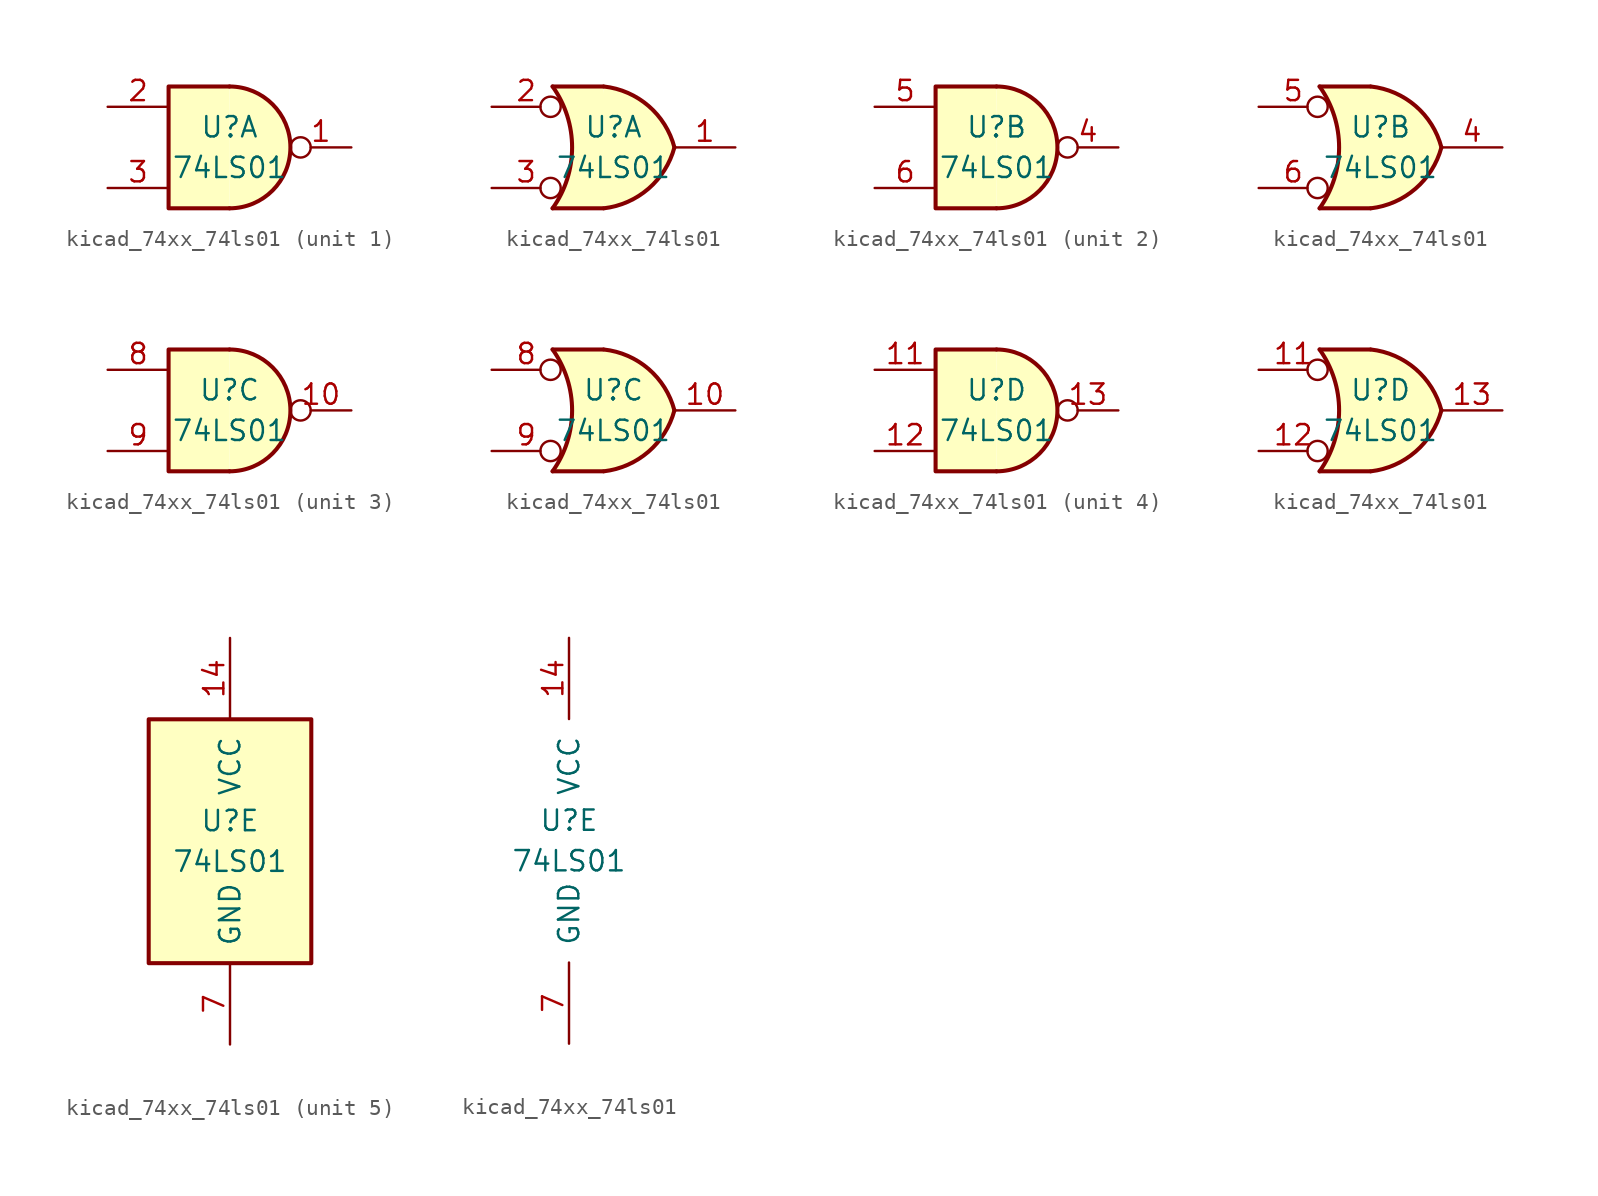
<source format=kicad_sym>
(kicad_symbol_lib
  (version 20220914)
  (generator kicad_symbol_editor)
  (symbol "kicad_74xx_74ls01"
    (pin_names
      (offset 1.016))
    (property "Reference" "U"
      (at 0 1.27 0)
      (effects (font (size 1.27 1.27))))
    (property "Value" "74LS01"
      (at 0 -1.27 0)
      (effects (font (size 1.27 1.27))))
    (property "ki_locked" ""
      (at 0 0 0)
      (effects (font (size 1.27 1.27))))
    (symbol "kicad_74xx_74ls01_1_1"
      (arc (start 0 -3.81) (mid 3.7934 0) (end 0 3.81) (stroke (width 0.254) (type default)) (fill (type background)))
      (polyline (pts (xy 0 3.81) (xy -3.81 3.81) (xy -3.81 -3.81) (xy 0 -3.81)) (stroke (width 0.254) (type default)) (fill (type background)))
      (pin open_collector inverted (at 7.62 0 180) (length 3.81) (name "~" (effects (font (size 1.27 1.27)))) (number "1" (effects (font (size 1.27 1.27)))))
      (pin input line (at -7.62 2.54 0) (length 3.81) (name "~" (effects (font (size 1.27 1.27)))) (number "2" (effects (font (size 1.27 1.27)))))
      (pin input line (at -7.62 -2.54 0) (length 3.81) (name "~" (effects (font (size 1.27 1.27)))) (number "3" (effects (font (size 1.27 1.27))))))
    (symbol "kicad_74xx_74ls01_1_2"
      (arc (start -3.81 -3.81) (mid -2.589 0) (end -3.81 3.81) (stroke (width 0.254) (type default)) (fill (type none)))
      (arc (start -0.6096 -3.81) (mid 2.1842 -2.5851) (end 3.81 0) (stroke (width 0.254) (type default)) (fill (type background)))
      (polyline (pts (xy -3.81 -3.81) (xy -0.635 -3.81)) (stroke (width 0.254) (type default)) (fill (type background)))
      (polyline (pts (xy -3.81 3.81) (xy -0.635 3.81)) (stroke (width 0.254) (type default)) (fill (type background)))
      (polyline (pts (xy -0.635 3.81) (xy -3.81 3.81) (xy -3.81 3.81) (xy -3.556 3.404) (xy -3.023 2.261) (xy -2.692 1.041) (xy -2.616 -0.254) (xy -2.769 -1.499) (xy -3.175 -2.718) (xy -3.81 -3.81) (xy -3.81 -3.81) (xy -0.635 -3.81)) (stroke (width -25.4) (type default)) (fill (type background)))
      (arc (start 3.81 0) (mid 2.1915 2.5936) (end -0.6096 3.81) (stroke (width 0.254) (type default)) (fill (type background)))
      (pin open_collector line (at 7.62 0 180) (length 3.81) (name "~" (effects (font (size 1.27 1.27)))) (number "1" (effects (font (size 1.27 1.27)))))
      (pin input inverted (at -7.62 2.54 0) (length 4.318) (name "~" (effects (font (size 1.27 1.27)))) (number "2" (effects (font (size 1.27 1.27)))))
      (pin input inverted (at -7.62 -2.54 0) (length 4.318) (name "~" (effects (font (size 1.27 1.27)))) (number "3" (effects (font (size 1.27 1.27))))))
    (symbol "kicad_74xx_74ls01_2_1"
      (arc (start 0 -3.81) (mid 3.7934 0) (end 0 3.81) (stroke (width 0.254) (type default)) (fill (type background)))
      (polyline (pts (xy 0 3.81) (xy -3.81 3.81) (xy -3.81 -3.81) (xy 0 -3.81)) (stroke (width 0.254) (type default)) (fill (type background)))
      (pin open_collector inverted (at 7.62 0 180) (length 3.81) (name "~" (effects (font (size 1.27 1.27)))) (number "4" (effects (font (size 1.27 1.27)))))
      (pin input line (at -7.62 2.54 0) (length 3.81) (name "~" (effects (font (size 1.27 1.27)))) (number "5" (effects (font (size 1.27 1.27)))))
      (pin input line (at -7.62 -2.54 0) (length 3.81) (name "~" (effects (font (size 1.27 1.27)))) (number "6" (effects (font (size 1.27 1.27))))))
    (symbol "kicad_74xx_74ls01_2_2"
      (arc (start -3.81 -3.81) (mid -2.589 0) (end -3.81 3.81) (stroke (width 0.254) (type default)) (fill (type none)))
      (arc (start -0.6096 -3.81) (mid 2.1842 -2.5851) (end 3.81 0) (stroke (width 0.254) (type default)) (fill (type background)))
      (polyline (pts (xy -3.81 -3.81) (xy -0.635 -3.81)) (stroke (width 0.254) (type default)) (fill (type background)))
      (polyline (pts (xy -3.81 3.81) (xy -0.635 3.81)) (stroke (width 0.254) (type default)) (fill (type background)))
      (polyline (pts (xy -0.635 3.81) (xy -3.81 3.81) (xy -3.81 3.81) (xy -3.556 3.404) (xy -3.023 2.261) (xy -2.692 1.041) (xy -2.616 -0.254) (xy -2.769 -1.499) (xy -3.175 -2.718) (xy -3.81 -3.81) (xy -3.81 -3.81) (xy -0.635 -3.81)) (stroke (width -25.4) (type default)) (fill (type background)))
      (arc (start 3.81 0) (mid 2.1915 2.5936) (end -0.6096 3.81) (stroke (width 0.254) (type default)) (fill (type background)))
      (pin open_collector line (at 7.62 0 180) (length 3.81) (name "~" (effects (font (size 1.27 1.27)))) (number "4" (effects (font (size 1.27 1.27)))))
      (pin input inverted (at -7.62 2.54 0) (length 4.318) (name "~" (effects (font (size 1.27 1.27)))) (number "5" (effects (font (size 1.27 1.27)))))
      (pin input inverted (at -7.62 -2.54 0) (length 4.318) (name "~" (effects (font (size 1.27 1.27)))) (number "6" (effects (font (size 1.27 1.27))))))
    (symbol "kicad_74xx_74ls01_3_1"
      (arc (start 0 -3.81) (mid 3.7934 0) (end 0 3.81) (stroke (width 0.254) (type default)) (fill (type background)))
      (polyline (pts (xy 0 3.81) (xy -3.81 3.81) (xy -3.81 -3.81) (xy 0 -3.81)) (stroke (width 0.254) (type default)) (fill (type background)))
      (pin open_collector inverted (at 7.62 0 180) (length 3.81) (name "~" (effects (font (size 1.27 1.27)))) (number "10" (effects (font (size 1.27 1.27)))))
      (pin input line (at -7.62 2.54 0) (length 3.81) (name "~" (effects (font (size 1.27 1.27)))) (number "8" (effects (font (size 1.27 1.27)))))
      (pin input line (at -7.62 -2.54 0) (length 3.81) (name "~" (effects (font (size 1.27 1.27)))) (number "9" (effects (font (size 1.27 1.27))))))
    (symbol "kicad_74xx_74ls01_3_2"
      (arc (start -3.81 -3.81) (mid -2.589 0) (end -3.81 3.81) (stroke (width 0.254) (type default)) (fill (type none)))
      (arc (start -0.6096 -3.81) (mid 2.1842 -2.5851) (end 3.81 0) (stroke (width 0.254) (type default)) (fill (type background)))
      (polyline (pts (xy -3.81 -3.81) (xy -0.635 -3.81)) (stroke (width 0.254) (type default)) (fill (type background)))
      (polyline (pts (xy -3.81 3.81) (xy -0.635 3.81)) (stroke (width 0.254) (type default)) (fill (type background)))
      (polyline (pts (xy -0.635 3.81) (xy -3.81 3.81) (xy -3.81 3.81) (xy -3.556 3.404) (xy -3.023 2.261) (xy -2.692 1.041) (xy -2.616 -0.254) (xy -2.769 -1.499) (xy -3.175 -2.718) (xy -3.81 -3.81) (xy -3.81 -3.81) (xy -0.635 -3.81)) (stroke (width -25.4) (type default)) (fill (type background)))
      (arc (start 3.81 0) (mid 2.1915 2.5936) (end -0.6096 3.81) (stroke (width 0.254) (type default)) (fill (type background)))
      (pin open_collector line (at 7.62 0 180) (length 3.81) (name "~" (effects (font (size 1.27 1.27)))) (number "10" (effects (font (size 1.27 1.27)))))
      (pin input inverted (at -7.62 2.54 0) (length 4.318) (name "~" (effects (font (size 1.27 1.27)))) (number "8" (effects (font (size 1.27 1.27)))))
      (pin input inverted (at -7.62 -2.54 0) (length 4.318) (name "~" (effects (font (size 1.27 1.27)))) (number "9" (effects (font (size 1.27 1.27))))))
    (symbol "kicad_74xx_74ls01_4_1"
      (arc (start 0 -3.81) (mid 3.7934 0) (end 0 3.81) (stroke (width 0.254) (type default)) (fill (type background)))
      (polyline (pts (xy 0 3.81) (xy -3.81 3.81) (xy -3.81 -3.81) (xy 0 -3.81)) (stroke (width 0.254) (type default)) (fill (type background)))
      (pin input line (at -7.62 2.54 0) (length 3.81) (name "~" (effects (font (size 1.27 1.27)))) (number "11" (effects (font (size 1.27 1.27)))))
      (pin input line (at -7.62 -2.54 0) (length 3.81) (name "~" (effects (font (size 1.27 1.27)))) (number "12" (effects (font (size 1.27 1.27)))))
      (pin open_collector inverted (at 7.62 0 180) (length 3.81) (name "~" (effects (font (size 1.27 1.27)))) (number "13" (effects (font (size 1.27 1.27))))))
    (symbol "kicad_74xx_74ls01_4_2"
      (arc (start -3.81 -3.81) (mid -2.589 0) (end -3.81 3.81) (stroke (width 0.254) (type default)) (fill (type none)))
      (arc (start -0.6096 -3.81) (mid 2.1842 -2.5851) (end 3.81 0) (stroke (width 0.254) (type default)) (fill (type background)))
      (polyline (pts (xy -3.81 -3.81) (xy -0.635 -3.81)) (stroke (width 0.254) (type default)) (fill (type background)))
      (polyline (pts (xy -3.81 3.81) (xy -0.635 3.81)) (stroke (width 0.254) (type default)) (fill (type background)))
      (polyline (pts (xy -0.635 3.81) (xy -3.81 3.81) (xy -3.81 3.81) (xy -3.556 3.404) (xy -3.023 2.261) (xy -2.692 1.041) (xy -2.616 -0.254) (xy -2.769 -1.499) (xy -3.175 -2.718) (xy -3.81 -3.81) (xy -3.81 -3.81) (xy -0.635 -3.81)) (stroke (width -25.4) (type default)) (fill (type background)))
      (arc (start 3.81 0) (mid 2.1915 2.5936) (end -0.6096 3.81) (stroke (width 0.254) (type default)) (fill (type background)))
      (pin input inverted (at -7.62 2.54 0) (length 4.318) (name "~" (effects (font (size 1.27 1.27)))) (number "11" (effects (font (size 1.27 1.27)))))
      (pin input inverted (at -7.62 -2.54 0) (length 4.318) (name "~" (effects (font (size 1.27 1.27)))) (number "12" (effects (font (size 1.27 1.27)))))
      (pin open_collector line (at 7.62 0 180) (length 3.81) (name "~" (effects (font (size 1.27 1.27)))) (number "13" (effects (font (size 1.27 1.27))))))
    (symbol "kicad_74xx_74ls01_5_0"
      (pin power_in line (at 0 12.7 270) (length 5.08) (name "VCC" (effects (font (size 1.27 1.27)))) (number "14" (effects (font (size 1.27 1.27)))))
      (pin power_in line (at 0 -12.7 90) (length 5.08) (name "GND" (effects (font (size 1.27 1.27)))) (number "7" (effects (font (size 1.27 1.27))))))
    (symbol "kicad_74xx_74ls01_5_1"
      (rectangle (start -5.08 7.62) (end 5.08 -7.62) (stroke (width 0.254) (type default)) (fill (type background))))))
</source>
